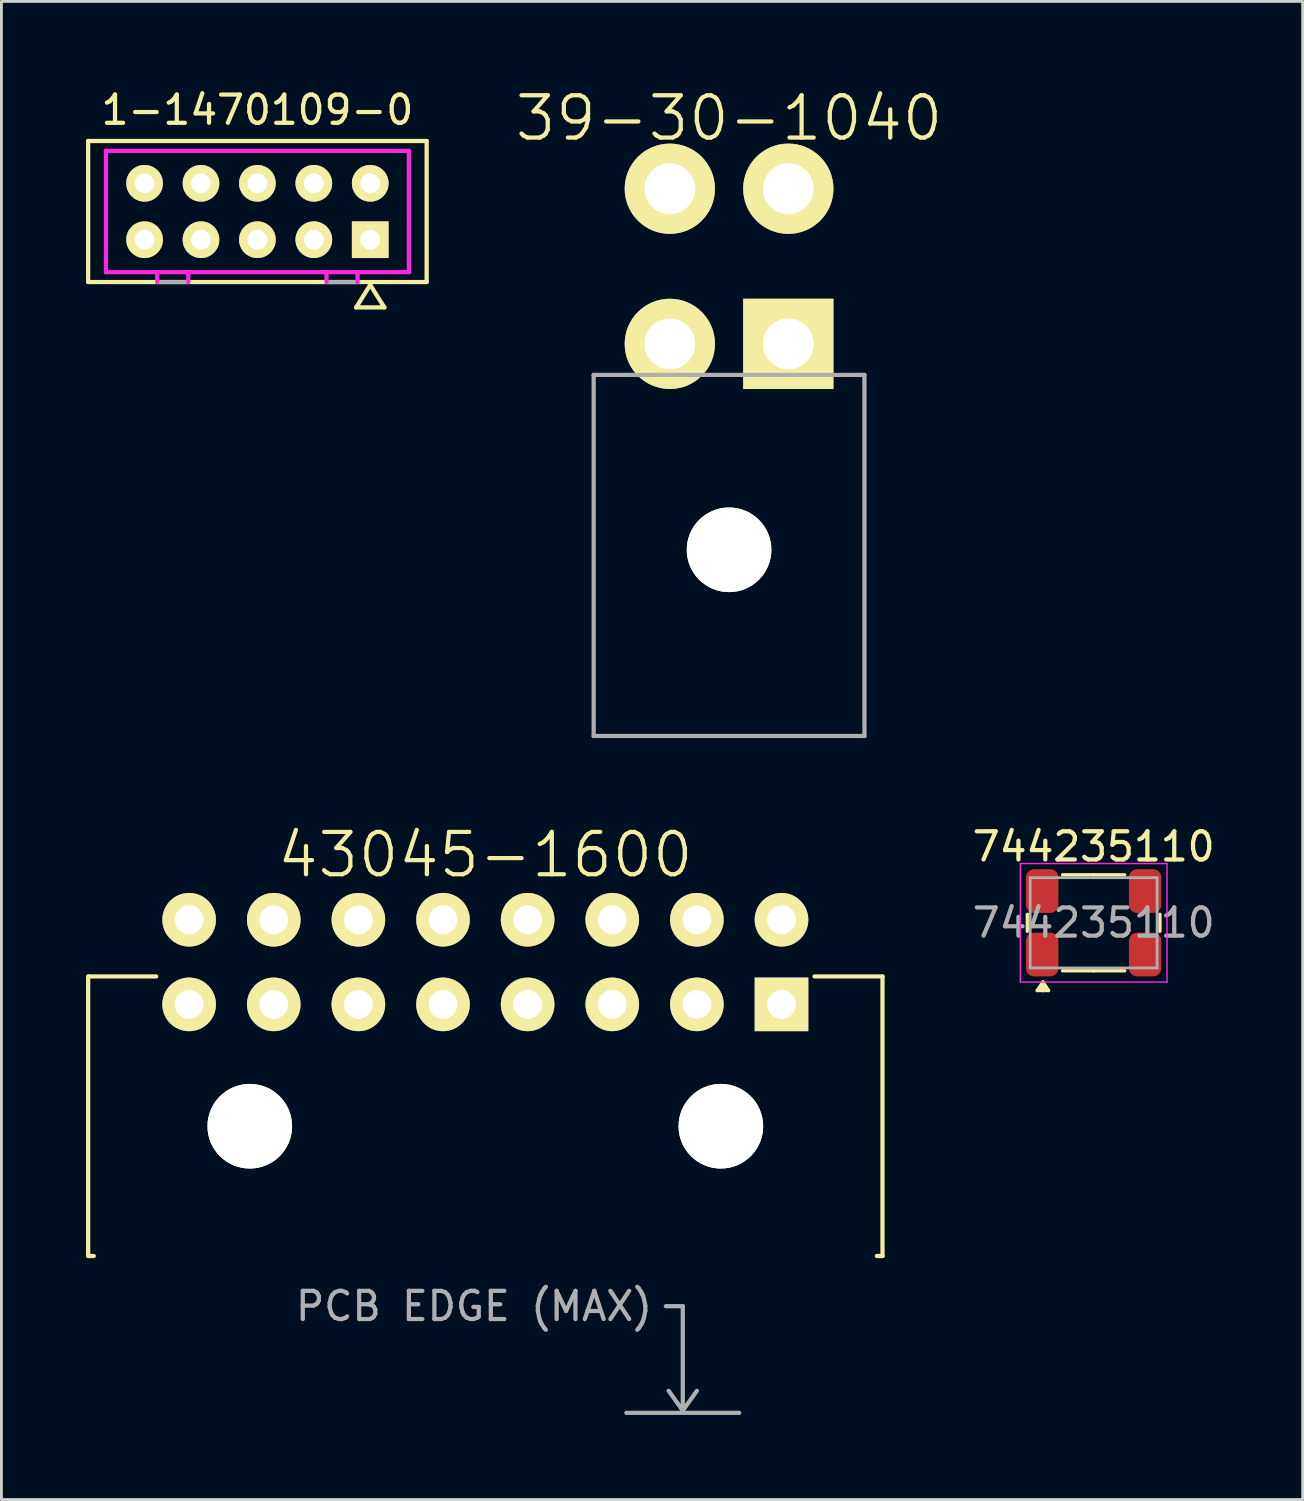
<source format=kicad_pcb>
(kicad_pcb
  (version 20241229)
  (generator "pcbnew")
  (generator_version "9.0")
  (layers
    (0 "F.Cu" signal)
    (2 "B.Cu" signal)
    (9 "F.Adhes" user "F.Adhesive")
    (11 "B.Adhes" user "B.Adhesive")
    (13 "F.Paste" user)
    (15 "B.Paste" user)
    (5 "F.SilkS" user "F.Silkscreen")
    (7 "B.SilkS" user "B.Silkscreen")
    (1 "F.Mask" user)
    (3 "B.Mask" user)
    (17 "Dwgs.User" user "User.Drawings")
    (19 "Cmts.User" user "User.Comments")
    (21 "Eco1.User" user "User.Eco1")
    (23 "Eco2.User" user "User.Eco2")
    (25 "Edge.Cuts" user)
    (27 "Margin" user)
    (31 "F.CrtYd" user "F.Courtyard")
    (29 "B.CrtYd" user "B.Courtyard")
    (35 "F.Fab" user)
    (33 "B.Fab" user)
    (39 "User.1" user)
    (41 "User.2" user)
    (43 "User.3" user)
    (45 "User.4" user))
  (footprint "39-30-1040"
    (layer "F.Cu")
    (at 22.796 9.141)
    (property "Reference" "39-30-1040" (at 0 -8 0) (layer "F.SilkS") (effects (font (size 1.5 1.5) (thickness 0.15))))
    (attr through_hole)
    (fp_line (start -4.8 1.1) (end -4.8 13.9) (stroke (width 0.15) (type solid)) (layer "F.Fab"))
    (fp_line (start -4.8 1.1) (end 4.8 1.1) (stroke (width 0.15) (type solid)) (layer "F.Fab"))
    (fp_line (start -4.8 13.9) (end 4.8 13.9) (stroke (width 0.15) (type solid)) (layer "F.Fab"))
    (fp_line (start 4.8 1.1) (end 4.8 13.9) (stroke (width 0.15) (type solid)) (layer "F.Fab"))
    (pad "" np_thru_hole circle (at 0 7.3) (size 3 3) (drill 3) (layers "*.Cu" "*.Mask" "F.SilkS"))
    (pad "1" thru_hole rect (at 2.1 0) (size 3.2 3.2) (drill 1.8) (layers "*.Cu" "*.Mask" "F.SilkS"))
    (pad "2" thru_hole circle (at -2.1 0) (size 3.2 3.2) (drill 1.8) (layers "*.Cu" "*.Mask" "F.SilkS"))
    (pad "3" thru_hole circle (at 2.1 -5.5) (size 3.2 3.2) (drill 1.8) (layers "*.Cu" "*.Mask" "F.SilkS"))
    (pad "4" thru_hole circle (at -2.1 -5.5) (size 3.2 3.2) (drill 1.8) (layers "*.Cu" "*.Mask" "F.SilkS")))
  (footprint "43045-1600"
    (layer "F.Cu")
    (at 14.155 32.556)
    (property "Reference" "43045-1600" (at 0 -5.3 0) (layer "F.SilkS") (effects (font (size 1.5 1.5) (thickness 0.15))))
    (attr through_hole)
    (fp_line (start -14.08 8.92) (end -14.08 -0.99) (stroke (width 0.15) (type solid)) (layer "F.SilkS"))
    (fp_line (start -14.08 8.92) (end -13.88 8.92) (stroke (width 0.15) (type solid)) (layer "F.SilkS"))
    (fp_line (start -14.07 -0.99) (end -11.67 -0.99) (stroke (width 0.15) (type solid)) (layer "F.SilkS"))
    (fp_line (start 14.08 -0.99) (end 11.67 -0.99) (stroke (width 0.15) (type solid)) (layer "F.SilkS"))
    (fp_line (start 14.08 8.92) (end 13.88 8.92) (stroke (width 0.15) (type solid)) (layer "F.SilkS"))
    (fp_line (start 14.08 8.92) (end 14.08 -0.99) (stroke (width 0.15) (type solid)) (layer "F.SilkS"))
    (fp_line (start 5 14.48) (end 9 14.48) (stroke (width 0.15) (type solid)) (layer "F.Fab"))
    (fp_line (start 6.5 13.7) (end 7 14.4) (stroke (width 0.15) (type solid)) (layer "F.Fab"))
    (fp_line (start 7 10.7) (end 6.4 10.7) (stroke (width 0.15) (type solid)) (layer "F.Fab"))
    (fp_line (start 7 14.4) (end 7 10.7) (stroke (width 0.15) (type solid)) (layer "F.Fab"))
    (fp_line (start 7 14.4) (end 7.5 13.7) (stroke (width 0.15) (type solid)) (layer "F.Fab"))
    (fp_text user "PCB EDGE (MAX)" (at -0.4 10.7 0) (layer "F.Fab") (effects (font (size 1 1) (thickness 0.15))))
    (pad "" np_thru_hole circle (at -8.35 4.32) (size 3 3) (drill 3) (layers "*.Cu" "*.Mask" "F.SilkS"))
    (pad "" np_thru_hole circle (at 8.35 4.32) (size 3 3) (drill 3) (layers "*.Cu" "*.Mask" "F.SilkS"))
    (pad "1" thru_hole rect (at 10.5 0) (size 1.9 1.9) (drill 1.02) (layers "*.Cu" "*.Mask" "F.SilkS"))
    (pad "2" thru_hole circle (at 7.5 0) (size 1.9 1.9) (drill 1.02) (layers "*.Cu" "*.Mask" "F.SilkS"))
    (pad "3" thru_hole circle (at 4.5 0) (size 1.9 1.9) (drill 1.02) (layers "*.Cu" "*.Mask" "F.SilkS"))
    (pad "4" thru_hole circle (at 1.5 0) (size 1.9 1.9) (drill 1.02) (layers "*.Cu" "*.Mask" "F.SilkS"))
    (pad "5" thru_hole circle (at -1.5 0) (size 1.9 1.9) (drill 1.02) (layers "*.Cu" "*.Mask" "F.SilkS"))
    (pad "6" thru_hole circle (at -4.5 0) (size 1.9 1.9) (drill 1.02) (layers "*.Cu" "*.Mask" "F.SilkS"))
    (pad "7" thru_hole circle (at -7.5 0) (size 1.9 1.9) (drill 1.02) (layers "*.Cu" "*.Mask" "F.SilkS"))
    (pad "8" thru_hole circle (at -10.5 0) (size 1.9 1.9) (drill 1.02) (layers "*.Cu" "*.Mask" "F.SilkS"))
    (pad "9" thru_hole circle (at 10.5 -3) (size 1.9 1.9) (drill 1.02) (layers "*.Cu" "*.Mask" "F.SilkS"))
    (pad "10" thru_hole circle (at 7.5 -3) (size 1.9 1.9) (drill 1.02) (layers "*.Cu" "*.Mask" "F.SilkS"))
    (pad "11" thru_hole circle (at 4.5 -3) (size 1.9 1.9) (drill 1.02) (layers "*.Cu" "*.Mask" "F.SilkS"))
    (pad "12" thru_hole circle (at 1.5 -3) (size 1.9 1.9) (drill 1.02) (layers "*.Cu" "*.Mask" "F.SilkS"))
    (pad "13" thru_hole circle (at -1.5 -3) (size 1.9 1.9) (drill 1.02) (layers "*.Cu" "*.Mask" "F.SilkS"))
    (pad "14" thru_hole circle (at -4.5 -3) (size 1.9 1.9) (drill 1.02) (layers "*.Cu" "*.Mask" "F.SilkS"))
    (pad "15" thru_hole circle (at -7.5 -3) (size 1.9 1.9) (drill 1.02) (layers "*.Cu" "*.Mask" "F.SilkS"))
    (pad "16" thru_hole circle (at -10.5 -3) (size 1.9 1.9) (drill 1.02) (layers "*.Cu" "*.Mask" "F.SilkS")))
  (footprint "744235110"
    (layer "F.Cu")
    (at 35.721 29.664)
    (property "Reference" "744235110" (at 0 -2.7 0) (layer "F.SilkS") (effects (font (size 1 1) (thickness 0.15))))
    (attr smd)
    (fp_line (start -2.35 -0.3) (end -2.35 0.3) (stroke (width 0.12) (type solid)) (layer "F.SilkS"))
    (fp_line (start -2 2.4) (end -1.6 2.4) (stroke (width 0.12) (type solid)) (layer "F.SilkS"))
    (fp_line (start -1.8 2.1) (end -2 2.4) (stroke (width 0.12) (type solid)) (layer "F.SilkS"))
    (fp_line (start -1.8 2.1) (end -1.8 2.4) (stroke (width 0.12) (type solid)) (layer "F.SilkS"))
    (fp_line (start -1.8 2.4) (end -1.7 2.3) (stroke (width 0.12) (type solid)) (layer "F.SilkS"))
    (fp_line (start -1.7 2.3) (end -1.9 2.3) (stroke (width 0.12) (type solid)) (layer "F.SilkS"))
    (fp_line (start -1.6 2.4) (end -1.8 2.1) (stroke (width 0.12) (type solid)) (layer "F.SilkS"))
    (fp_line (start -1.1 -1.7) (end 0 -1.7) (stroke (width 0.12) (type solid)) (layer "F.SilkS"))
    (fp_line (start -1.1 1.7) (end 0 1.7) (stroke (width 0.12) (type solid)) (layer "F.SilkS"))
    (fp_line (start 1.1 -1.7) (end 0 -1.7) (stroke (width 0.12) (type solid)) (layer "F.SilkS"))
    (fp_line (start 1.1 1.7) (end 0 1.7) (stroke (width 0.12) (type solid)) (layer "F.SilkS"))
    (fp_line (start 2.35 0.3) (end 2.35 -0.3) (stroke (width 0.12) (type solid)) (layer "F.SilkS"))
    (fp_line (start -2.6 -2.1) (end -2.6 2.1) (stroke (width 0.05) (type solid)) (layer "F.CrtYd"))
    (fp_line (start -2.6 2.1) (end 2.6 2.1) (stroke (width 0.05) (type solid)) (layer "F.CrtYd"))
    (fp_line (start 2.6 -2.1) (end -2.6 -2.1) (stroke (width 0.05) (type solid)) (layer "F.CrtYd"))
    (fp_line (start 2.6 2.1) (end 2.6 -2.1) (stroke (width 0.05) (type solid)) (layer "F.CrtYd"))
    (fp_line (start -2.25 -1.6) (end -2.25 1.6) (stroke (width 0.1) (type solid)) (layer "F.Fab"))
    (fp_line (start -2.25 1.6) (end 2.25 1.6) (stroke (width 0.1) (type solid)) (layer "F.Fab"))
    (fp_line (start 2.25 -1.6) (end -2.25 -1.6) (stroke (width 0.1) (type solid)) (layer "F.Fab"))
    (fp_line (start 2.25 1.6) (end 2.25 -1.6) (stroke (width 0.1) (type solid)) (layer "F.Fab"))
    (fp_text user "${REFERENCE}" (at 0 0 0) (layer "F.Fab") (effects (font (size 1 1) (thickness 0.15))))
    (pad "1" smd roundrect (at -1.825 1.125) (size 1.15 1.55) (layers "F.Cu" "F.Mask" "F.Paste") (roundrect_rratio 0.25))
    (pad "2" smd roundrect (at 1.825 1.125) (size 1.15 1.55) (layers "F.Cu" "F.Mask" "F.Paste") (roundrect_rratio 0.25))
    (pad "3" smd roundrect (at 1.825 -1.125) (size 1.15 1.55) (layers "F.Cu" "F.Mask" "F.Paste") (roundrect_rratio 0.25))
    (pad "4" smd roundrect (at -1.825 -1.125) (size 1.15 1.55) (layers "F.Cu" "F.Mask" "F.Paste") (roundrect_rratio 0.25)))
  (footprint "1-1470109-0"
    (layer "F.Cu")
    (at 6.075 4.448)
    (property "Reference" "1-1470109-0" (at 0 -3.6 0) (layer "F.SilkS") (effects (font (size 1 1) (thickness 0.15))))
    (attr through_hole)
    (fp_line (start -6 -2.5) (end 6 -2.5) (stroke (width 0.15) (type solid)) (layer "F.SilkS"))
    (fp_line (start -6 2.5) (end -6 -2.5) (stroke (width 0.15) (type solid)) (layer "F.SilkS"))
    (fp_line (start 3.5 3.4) (end 4 2.6) (stroke (width 0.15) (type solid)) (layer "F.SilkS"))
    (fp_line (start 4 2.6) (end 4.5 3.4) (stroke (width 0.15) (type solid)) (layer "F.SilkS"))
    (fp_line (start 4.5 3.4) (end 3.5 3.4) (stroke (width 0.15) (type solid)) (layer "F.SilkS"))
    (fp_line (start 6 -2.5) (end 6 2.5) (stroke (width 0.15) (type solid)) (layer "F.SilkS"))
    (fp_line (start 6 2.5) (end -6 2.5) (stroke (width 0.15) (type solid)) (layer "F.SilkS"))
    (fp_line (start -5.37 -2.15) (end 5.37 -2.15) (stroke (width 0.15) (type solid)) (layer "F.CrtYd"))
    (fp_line (start -5.37 2.15) (end -5.37 -2.15) (stroke (width 0.15) (type solid)) (layer "F.CrtYd"))
    (fp_line (start -3.55 2.15) (end -3.55 2.5) (stroke (width 0.15) (type solid)) (layer "F.CrtYd"))
    (fp_line (start -2.45 2.15) (end -2.45 2.5) (stroke (width 0.15) (type solid)) (layer "F.CrtYd"))
    (fp_line (start 2.45 2.15) (end 2.45 2.5) (stroke (width 0.15) (type solid)) (layer "F.CrtYd"))
    (fp_line (start 3.55 2.15) (end 3.55 2.5) (stroke (width 0.15) (type solid)) (layer "F.CrtYd"))
    (fp_line (start 5.37 -2.15) (end 5.37 2.15) (stroke (width 0.15) (type solid)) (layer "F.CrtYd"))
    (fp_line (start 5.37 2.15) (end -5.37 2.15) (stroke (width 0.15) (type solid)) (layer "F.CrtYd"))
    (fp_line (start -3.55 2.5) (end -2.45 2.5) (stroke (width 0.15) (type solid)) (layer "F.Fab"))
    (fp_line (start 2.45 2.5) (end 3.55 2.5) (stroke (width 0.15) (type solid)) (layer "F.Fab"))
    (pad "1" thru_hole rect (at 4 1) (size 1.3 1.3) (drill 0.7) (layers "*.Cu" "*.Mask" "F.SilkS"))
    (pad "2" thru_hole circle (at 4 -1) (size 1.3 1.3) (drill 0.7) (layers "*.Cu" "*.Mask" "F.SilkS"))
    (pad "3" thru_hole circle (at 2 1) (size 1.3 1.3) (drill 0.7) (layers "*.Cu" "*.Mask" "F.SilkS"))
    (pad "4" thru_hole circle (at 2 -1) (size 1.3 1.3) (drill 0.7) (layers "*.Cu" "*.Mask" "F.SilkS"))
    (pad "5" thru_hole circle (at 0 1) (size 1.3 1.3) (drill 0.7) (layers "*.Cu" "*.Mask" "F.SilkS"))
    (pad "6" thru_hole circle (at 0 -1) (size 1.3 1.3) (drill 0.7) (layers "*.Cu" "*.Mask" "F.SilkS"))
    (pad "7" thru_hole circle (at -2 1) (size 1.3 1.3) (drill 0.7) (layers "*.Cu" "*.Mask" "F.SilkS"))
    (pad "8" thru_hole circle (at -2 -1) (size 1.3 1.3) (drill 0.7) (layers "*.Cu" "*.Mask" "F.SilkS"))
    (pad "9" thru_hole circle (at -4 1) (size 1.3 1.3) (drill 0.7) (layers "*.Cu" "*.Mask" "F.SilkS"))
    (pad "10" thru_hole circle (at -4 -1) (size 1.3 1.3) (drill 0.7) (layers "*.Cu" "*.Mask" "F.SilkS")))
  (gr_rect
    (start -3 -3)
    (end 43.131 50.111)
    (stroke (width 0.1) (type default))
    (fill no)
    (layer "Edge.Cuts")))
</source>
